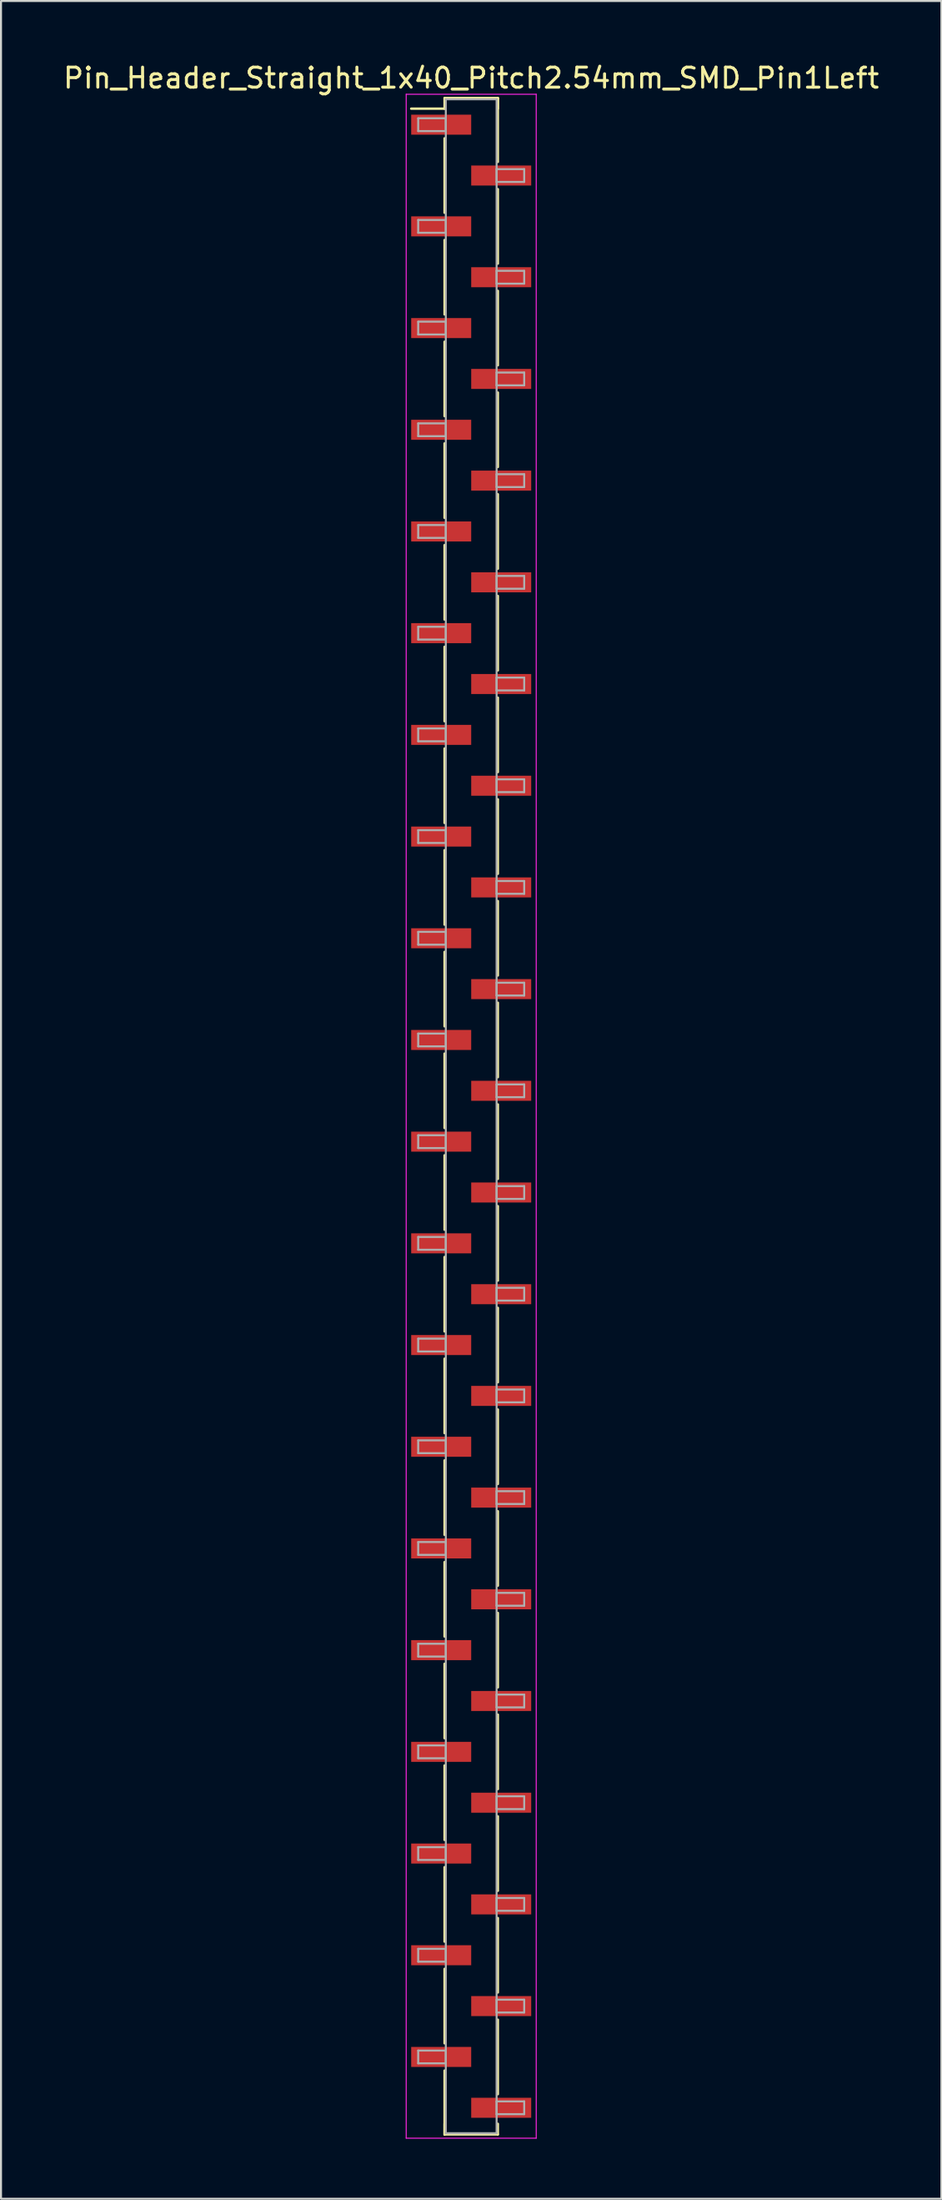
<source format=kicad_pcb>
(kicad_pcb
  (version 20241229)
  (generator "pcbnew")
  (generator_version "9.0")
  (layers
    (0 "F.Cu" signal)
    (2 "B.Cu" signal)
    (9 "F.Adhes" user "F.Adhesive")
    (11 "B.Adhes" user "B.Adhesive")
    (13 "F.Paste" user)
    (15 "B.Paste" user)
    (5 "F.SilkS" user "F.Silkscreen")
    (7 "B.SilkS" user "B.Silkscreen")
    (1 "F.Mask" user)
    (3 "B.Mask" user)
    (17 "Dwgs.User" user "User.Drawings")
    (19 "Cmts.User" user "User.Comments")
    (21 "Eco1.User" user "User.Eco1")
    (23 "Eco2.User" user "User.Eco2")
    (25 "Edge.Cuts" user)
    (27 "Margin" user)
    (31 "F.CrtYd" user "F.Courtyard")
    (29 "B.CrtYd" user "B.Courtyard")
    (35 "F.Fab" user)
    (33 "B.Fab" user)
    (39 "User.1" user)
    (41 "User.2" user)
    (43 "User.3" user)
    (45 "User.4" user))
  (footprint "Pin_Header_Straight_1x40_Pitch2.54mm_SMD_Pin1Left"
    (layer "F.Cu")
    (at 20.506 52.708)
    (property "Reference" "Pin_Header_Straight_1x40_Pitch2.54mm_SMD_Pin1Left" (at 0 -51.86 0) (layer "F.SilkS") (effects (font (size 1 1) (thickness 0.15))))
    (attr smd)
    (fp_line (start -1.33 -50.86) (end 1.33 -50.86) (stroke (width 0.12) (type solid)) (layer "F.SilkS"))
    (fp_line (start -1.33 -50.33) (end -3 -50.33) (stroke (width 0.12) (type solid)) (layer "F.SilkS"))
    (fp_line (start -1.33 -50.33) (end -1.33 -50.86) (stroke (width 0.12) (type solid)) (layer "F.SilkS"))
    (fp_line (start -1.33 -48.85) (end -1.33 -45.13) (stroke (width 0.12) (type solid)) (layer "F.SilkS"))
    (fp_line (start -1.33 -43.77) (end -1.33 -40.05) (stroke (width 0.12) (type solid)) (layer "F.SilkS"))
    (fp_line (start -1.33 -38.69) (end -1.33 -34.97) (stroke (width 0.12) (type solid)) (layer "F.SilkS"))
    (fp_line (start -1.33 -33.61) (end -1.33 -29.89) (stroke (width 0.12) (type solid)) (layer "F.SilkS"))
    (fp_line (start -1.33 -28.53) (end -1.33 -24.81) (stroke (width 0.12) (type solid)) (layer "F.SilkS"))
    (fp_line (start -1.33 -23.45) (end -1.33 -19.73) (stroke (width 0.12) (type solid)) (layer "F.SilkS"))
    (fp_line (start -1.33 -18.37) (end -1.33 -14.65) (stroke (width 0.12) (type solid)) (layer "F.SilkS"))
    (fp_line (start -1.33 -13.29) (end -1.33 -9.57) (stroke (width 0.12) (type solid)) (layer "F.SilkS"))
    (fp_line (start -1.33 -8.21) (end -1.33 -4.49) (stroke (width 0.12) (type solid)) (layer "F.SilkS"))
    (fp_line (start -1.33 -3.13) (end -1.33 0.59) (stroke (width 0.12) (type solid)) (layer "F.SilkS"))
    (fp_line (start -1.33 1.95) (end -1.33 5.67) (stroke (width 0.12) (type solid)) (layer "F.SilkS"))
    (fp_line (start -1.33 7.03) (end -1.33 10.75) (stroke (width 0.12) (type solid)) (layer "F.SilkS"))
    (fp_line (start -1.33 12.11) (end -1.33 15.83) (stroke (width 0.12) (type solid)) (layer "F.SilkS"))
    (fp_line (start -1.33 17.19) (end -1.33 20.91) (stroke (width 0.12) (type solid)) (layer "F.SilkS"))
    (fp_line (start -1.33 22.27) (end -1.33 25.99) (stroke (width 0.12) (type solid)) (layer "F.SilkS"))
    (fp_line (start -1.33 27.35) (end -1.33 31.07) (stroke (width 0.12) (type solid)) (layer "F.SilkS"))
    (fp_line (start -1.33 32.43) (end -1.33 36.15) (stroke (width 0.12) (type solid)) (layer "F.SilkS"))
    (fp_line (start -1.33 37.51) (end -1.33 41.23) (stroke (width 0.12) (type solid)) (layer "F.SilkS"))
    (fp_line (start -1.33 42.59) (end -1.33 46.31) (stroke (width 0.12) (type solid)) (layer "F.SilkS"))
    (fp_line (start -1.33 47.67) (end -1.33 50.86) (stroke (width 0.12) (type solid)) (layer "F.SilkS"))
    (fp_line (start -1.33 50.33) (end -1.33 50.86) (stroke (width 0.12) (type solid)) (layer "F.SilkS"))
    (fp_line (start -1.33 50.86) (end 1.33 50.86) (stroke (width 0.12) (type solid)) (layer "F.SilkS"))
    (fp_line (start 1.33 -50.86) (end 1.33 -50.33) (stroke (width 0.12) (type solid)) (layer "F.SilkS"))
    (fp_line (start 1.33 -50.86) (end 1.33 -47.67) (stroke (width 0.12) (type solid)) (layer "F.SilkS"))
    (fp_line (start 1.33 -46.31) (end 1.33 -42.59) (stroke (width 0.12) (type solid)) (layer "F.SilkS"))
    (fp_line (start 1.33 -41.23) (end 1.33 -37.51) (stroke (width 0.12) (type solid)) (layer "F.SilkS"))
    (fp_line (start 1.33 -36.15) (end 1.33 -32.43) (stroke (width 0.12) (type solid)) (layer "F.SilkS"))
    (fp_line (start 1.33 -31.07) (end 1.33 -27.35) (stroke (width 0.12) (type solid)) (layer "F.SilkS"))
    (fp_line (start 1.33 -25.99) (end 1.33 -22.27) (stroke (width 0.12) (type solid)) (layer "F.SilkS"))
    (fp_line (start 1.33 -20.91) (end 1.33 -17.19) (stroke (width 0.12) (type solid)) (layer "F.SilkS"))
    (fp_line (start 1.33 -15.83) (end 1.33 -12.11) (stroke (width 0.12) (type solid)) (layer "F.SilkS"))
    (fp_line (start 1.33 -10.75) (end 1.33 -7.03) (stroke (width 0.12) (type solid)) (layer "F.SilkS"))
    (fp_line (start 1.33 -5.67) (end 1.33 -1.95) (stroke (width 0.12) (type solid)) (layer "F.SilkS"))
    (fp_line (start 1.33 -0.59) (end 1.33 3.13) (stroke (width 0.12) (type solid)) (layer "F.SilkS"))
    (fp_line (start 1.33 4.49) (end 1.33 8.21) (stroke (width 0.12) (type solid)) (layer "F.SilkS"))
    (fp_line (start 1.33 9.57) (end 1.33 13.29) (stroke (width 0.12) (type solid)) (layer "F.SilkS"))
    (fp_line (start 1.33 14.65) (end 1.33 18.37) (stroke (width 0.12) (type solid)) (layer "F.SilkS"))
    (fp_line (start 1.33 19.73) (end 1.33 23.45) (stroke (width 0.12) (type solid)) (layer "F.SilkS"))
    (fp_line (start 1.33 24.81) (end 1.33 28.53) (stroke (width 0.12) (type solid)) (layer "F.SilkS"))
    (fp_line (start 1.33 29.89) (end 1.33 33.61) (stroke (width 0.12) (type solid)) (layer "F.SilkS"))
    (fp_line (start 1.33 34.97) (end 1.33 38.69) (stroke (width 0.12) (type solid)) (layer "F.SilkS"))
    (fp_line (start 1.33 40.05) (end 1.33 43.77) (stroke (width 0.12) (type solid)) (layer "F.SilkS"))
    (fp_line (start 1.33 45.13) (end 1.33 48.85) (stroke (width 0.12) (type solid)) (layer "F.SilkS"))
    (fp_line (start 1.33 50.86) (end 1.33 50.33) (stroke (width 0.12) (type solid)) (layer "F.SilkS"))
    (fp_line (start -3.25 -51.05) (end -3.25 51.05) (stroke (width 0.05) (type solid)) (layer "F.CrtYd"))
    (fp_line (start -3.25 51.05) (end 3.25 51.05) (stroke (width 0.05) (type solid)) (layer "F.CrtYd"))
    (fp_line (start 3.25 -51.05) (end -3.25 -51.05) (stroke (width 0.05) (type solid)) (layer "F.CrtYd"))
    (fp_line (start 3.25 51.05) (end 3.25 -51.05) (stroke (width 0.05) (type solid)) (layer "F.CrtYd"))
    (fp_line (start -2.65 -49.85) (end -1.27 -49.85) (stroke (width 0.1) (type solid)) (layer "F.Fab"))
    (fp_line (start -2.65 -49.21) (end -2.65 -49.85) (stroke (width 0.1) (type solid)) (layer "F.Fab"))
    (fp_line (start -2.65 -44.77) (end -1.27 -44.77) (stroke (width 0.1) (type solid)) (layer "F.Fab"))
    (fp_line (start -2.65 -44.13) (end -2.65 -44.77) (stroke (width 0.1) (type solid)) (layer "F.Fab"))
    (fp_line (start -2.65 -39.69) (end -1.27 -39.69) (stroke (width 0.1) (type solid)) (layer "F.Fab"))
    (fp_line (start -2.65 -39.05) (end -2.65 -39.69) (stroke (width 0.1) (type solid)) (layer "F.Fab"))
    (fp_line (start -2.65 -34.61) (end -1.27 -34.61) (stroke (width 0.1) (type solid)) (layer "F.Fab"))
    (fp_line (start -2.65 -33.97) (end -2.65 -34.61) (stroke (width 0.1) (type solid)) (layer "F.Fab"))
    (fp_line (start -2.65 -29.53) (end -1.27 -29.53) (stroke (width 0.1) (type solid)) (layer "F.Fab"))
    (fp_line (start -2.65 -28.89) (end -2.65 -29.53) (stroke (width 0.1) (type solid)) (layer "F.Fab"))
    (fp_line (start -2.65 -24.45) (end -1.27 -24.45) (stroke (width 0.1) (type solid)) (layer "F.Fab"))
    (fp_line (start -2.65 -23.81) (end -2.65 -24.45) (stroke (width 0.1) (type solid)) (layer "F.Fab"))
    (fp_line (start -2.65 -19.37) (end -1.27 -19.37) (stroke (width 0.1) (type solid)) (layer "F.Fab"))
    (fp_line (start -2.65 -18.73) (end -2.65 -19.37) (stroke (width 0.1) (type solid)) (layer "F.Fab"))
    (fp_line (start -2.65 -14.29) (end -1.27 -14.29) (stroke (width 0.1) (type solid)) (layer "F.Fab"))
    (fp_line (start -2.65 -13.65) (end -2.65 -14.29) (stroke (width 0.1) (type solid)) (layer "F.Fab"))
    (fp_line (start -2.65 -9.21) (end -1.27 -9.21) (stroke (width 0.1) (type solid)) (layer "F.Fab"))
    (fp_line (start -2.65 -8.57) (end -2.65 -9.21) (stroke (width 0.1) (type solid)) (layer "F.Fab"))
    (fp_line (start -2.65 -4.13) (end -1.27 -4.13) (stroke (width 0.1) (type solid)) (layer "F.Fab"))
    (fp_line (start -2.65 -3.49) (end -2.65 -4.13) (stroke (width 0.1) (type solid)) (layer "F.Fab"))
    (fp_line (start -2.65 0.95) (end -1.27 0.95) (stroke (width 0.1) (type solid)) (layer "F.Fab"))
    (fp_line (start -2.65 1.59) (end -2.65 0.95) (stroke (width 0.1) (type solid)) (layer "F.Fab"))
    (fp_line (start -2.65 6.03) (end -1.27 6.03) (stroke (width 0.1) (type solid)) (layer "F.Fab"))
    (fp_line (start -2.65 6.67) (end -2.65 6.03) (stroke (width 0.1) (type solid)) (layer "F.Fab"))
    (fp_line (start -2.65 11.11) (end -1.27 11.11) (stroke (width 0.1) (type solid)) (layer "F.Fab"))
    (fp_line (start -2.65 11.75) (end -2.65 11.11) (stroke (width 0.1) (type solid)) (layer "F.Fab"))
    (fp_line (start -2.65 16.19) (end -1.27 16.19) (stroke (width 0.1) (type solid)) (layer "F.Fab"))
    (fp_line (start -2.65 16.83) (end -2.65 16.19) (stroke (width 0.1) (type solid)) (layer "F.Fab"))
    (fp_line (start -2.65 21.27) (end -1.27 21.27) (stroke (width 0.1) (type solid)) (layer "F.Fab"))
    (fp_line (start -2.65 21.91) (end -2.65 21.27) (stroke (width 0.1) (type solid)) (layer "F.Fab"))
    (fp_line (start -2.65 26.35) (end -1.27 26.35) (stroke (width 0.1) (type solid)) (layer "F.Fab"))
    (fp_line (start -2.65 26.99) (end -2.65 26.35) (stroke (width 0.1) (type solid)) (layer "F.Fab"))
    (fp_line (start -2.65 31.43) (end -1.27 31.43) (stroke (width 0.1) (type solid)) (layer "F.Fab"))
    (fp_line (start -2.65 32.07) (end -2.65 31.43) (stroke (width 0.1) (type solid)) (layer "F.Fab"))
    (fp_line (start -2.65 36.51) (end -1.27 36.51) (stroke (width 0.1) (type solid)) (layer "F.Fab"))
    (fp_line (start -2.65 37.15) (end -2.65 36.51) (stroke (width 0.1) (type solid)) (layer "F.Fab"))
    (fp_line (start -2.65 41.59) (end -1.27 41.59) (stroke (width 0.1) (type solid)) (layer "F.Fab"))
    (fp_line (start -2.65 42.23) (end -2.65 41.59) (stroke (width 0.1) (type solid)) (layer "F.Fab"))
    (fp_line (start -2.65 46.67) (end -1.27 46.67) (stroke (width 0.1) (type solid)) (layer "F.Fab"))
    (fp_line (start -2.65 47.31) (end -2.65 46.67) (stroke (width 0.1) (type solid)) (layer "F.Fab"))
    (fp_line (start -1.27 -50.8) (end -1.27 50.8) (stroke (width 0.1) (type solid)) (layer "F.Fab"))
    (fp_line (start -1.27 -49.85) (end -1.27 -49.21) (stroke (width 0.1) (type solid)) (layer "F.Fab"))
    (fp_line (start -1.27 -49.21) (end -2.65 -49.21) (stroke (width 0.1) (type solid)) (layer "F.Fab"))
    (fp_line (start -1.27 -44.77) (end -1.27 -44.13) (stroke (width 0.1) (type solid)) (layer "F.Fab"))
    (fp_line (start -1.27 -44.13) (end -2.65 -44.13) (stroke (width 0.1) (type solid)) (layer "F.Fab"))
    (fp_line (start -1.27 -39.69) (end -1.27 -39.05) (stroke (width 0.1) (type solid)) (layer "F.Fab"))
    (fp_line (start -1.27 -39.05) (end -2.65 -39.05) (stroke (width 0.1) (type solid)) (layer "F.Fab"))
    (fp_line (start -1.27 -34.61) (end -1.27 -33.97) (stroke (width 0.1) (type solid)) (layer "F.Fab"))
    (fp_line (start -1.27 -33.97) (end -2.65 -33.97) (stroke (width 0.1) (type solid)) (layer "F.Fab"))
    (fp_line (start -1.27 -29.53) (end -1.27 -28.89) (stroke (width 0.1) (type solid)) (layer "F.Fab"))
    (fp_line (start -1.27 -28.89) (end -2.65 -28.89) (stroke (width 0.1) (type solid)) (layer "F.Fab"))
    (fp_line (start -1.27 -24.45) (end -1.27 -23.81) (stroke (width 0.1) (type solid)) (layer "F.Fab"))
    (fp_line (start -1.27 -23.81) (end -2.65 -23.81) (stroke (width 0.1) (type solid)) (layer "F.Fab"))
    (fp_line (start -1.27 -19.37) (end -1.27 -18.73) (stroke (width 0.1) (type solid)) (layer "F.Fab"))
    (fp_line (start -1.27 -18.73) (end -2.65 -18.73) (stroke (width 0.1) (type solid)) (layer "F.Fab"))
    (fp_line (start -1.27 -14.29) (end -1.27 -13.65) (stroke (width 0.1) (type solid)) (layer "F.Fab"))
    (fp_line (start -1.27 -13.65) (end -2.65 -13.65) (stroke (width 0.1) (type solid)) (layer "F.Fab"))
    (fp_line (start -1.27 -9.21) (end -1.27 -8.57) (stroke (width 0.1) (type solid)) (layer "F.Fab"))
    (fp_line (start -1.27 -8.57) (end -2.65 -8.57) (stroke (width 0.1) (type solid)) (layer "F.Fab"))
    (fp_line (start -1.27 -4.13) (end -1.27 -3.49) (stroke (width 0.1) (type solid)) (layer "F.Fab"))
    (fp_line (start -1.27 -3.49) (end -2.65 -3.49) (stroke (width 0.1) (type solid)) (layer "F.Fab"))
    (fp_line (start -1.27 0.95) (end -1.27 1.59) (stroke (width 0.1) (type solid)) (layer "F.Fab"))
    (fp_line (start -1.27 1.59) (end -2.65 1.59) (stroke (width 0.1) (type solid)) (layer "F.Fab"))
    (fp_line (start -1.27 6.03) (end -1.27 6.67) (stroke (width 0.1) (type solid)) (layer "F.Fab"))
    (fp_line (start -1.27 6.67) (end -2.65 6.67) (stroke (width 0.1) (type solid)) (layer "F.Fab"))
    (fp_line (start -1.27 11.11) (end -1.27 11.75) (stroke (width 0.1) (type solid)) (layer "F.Fab"))
    (fp_line (start -1.27 11.75) (end -2.65 11.75) (stroke (width 0.1) (type solid)) (layer "F.Fab"))
    (fp_line (start -1.27 16.19) (end -1.27 16.83) (stroke (width 0.1) (type solid)) (layer "F.Fab"))
    (fp_line (start -1.27 16.83) (end -2.65 16.83) (stroke (width 0.1) (type solid)) (layer "F.Fab"))
    (fp_line (start -1.27 21.27) (end -1.27 21.91) (stroke (width 0.1) (type solid)) (layer "F.Fab"))
    (fp_line (start -1.27 21.91) (end -2.65 21.91) (stroke (width 0.1) (type solid)) (layer "F.Fab"))
    (fp_line (start -1.27 26.35) (end -1.27 26.99) (stroke (width 0.1) (type solid)) (layer "F.Fab"))
    (fp_line (start -1.27 26.99) (end -2.65 26.99) (stroke (width 0.1) (type solid)) (layer "F.Fab"))
    (fp_line (start -1.27 31.43) (end -1.27 32.07) (stroke (width 0.1) (type solid)) (layer "F.Fab"))
    (fp_line (start -1.27 32.07) (end -2.65 32.07) (stroke (width 0.1) (type solid)) (layer "F.Fab"))
    (fp_line (start -1.27 36.51) (end -1.27 37.15) (stroke (width 0.1) (type solid)) (layer "F.Fab"))
    (fp_line (start -1.27 37.15) (end -2.65 37.15) (stroke (width 0.1) (type solid)) (layer "F.Fab"))
    (fp_line (start -1.27 41.59) (end -1.27 42.23) (stroke (width 0.1) (type solid)) (layer "F.Fab"))
    (fp_line (start -1.27 42.23) (end -2.65 42.23) (stroke (width 0.1) (type solid)) (layer "F.Fab"))
    (fp_line (start -1.27 46.67) (end -1.27 47.31) (stroke (width 0.1) (type solid)) (layer "F.Fab"))
    (fp_line (start -1.27 47.31) (end -2.65 47.31) (stroke (width 0.1) (type solid)) (layer "F.Fab"))
    (fp_line (start -1.27 50.8) (end 1.27 50.8) (stroke (width 0.1) (type solid)) (layer "F.Fab"))
    (fp_line (start 1.27 -50.8) (end -1.27 -50.8) (stroke (width 0.1) (type solid)) (layer "F.Fab"))
    (fp_line (start 1.27 -47.31) (end 1.27 -46.67) (stroke (width 0.1) (type solid)) (layer "F.Fab"))
    (fp_line (start 1.27 -46.67) (end 2.65 -46.67) (stroke (width 0.1) (type solid)) (layer "F.Fab"))
    (fp_line (start 1.27 -42.23) (end 1.27 -41.59) (stroke (width 0.1) (type solid)) (layer "F.Fab"))
    (fp_line (start 1.27 -41.59) (end 2.65 -41.59) (stroke (width 0.1) (type solid)) (layer "F.Fab"))
    (fp_line (start 1.27 -37.15) (end 1.27 -36.51) (stroke (width 0.1) (type solid)) (layer "F.Fab"))
    (fp_line (start 1.27 -36.51) (end 2.65 -36.51) (stroke (width 0.1) (type solid)) (layer "F.Fab"))
    (fp_line (start 1.27 -32.07) (end 1.27 -31.43) (stroke (width 0.1) (type solid)) (layer "F.Fab"))
    (fp_line (start 1.27 -31.43) (end 2.65 -31.43) (stroke (width 0.1) (type solid)) (layer "F.Fab"))
    (fp_line (start 1.27 -26.99) (end 1.27 -26.35) (stroke (width 0.1) (type solid)) (layer "F.Fab"))
    (fp_line (start 1.27 -26.35) (end 2.65 -26.35) (stroke (width 0.1) (type solid)) (layer "F.Fab"))
    (fp_line (start 1.27 -21.91) (end 1.27 -21.27) (stroke (width 0.1) (type solid)) (layer "F.Fab"))
    (fp_line (start 1.27 -21.27) (end 2.65 -21.27) (stroke (width 0.1) (type solid)) (layer "F.Fab"))
    (fp_line (start 1.27 -16.83) (end 1.27 -16.19) (stroke (width 0.1) (type solid)) (layer "F.Fab"))
    (fp_line (start 1.27 -16.19) (end 2.65 -16.19) (stroke (width 0.1) (type solid)) (layer "F.Fab"))
    (fp_line (start 1.27 -11.75) (end 1.27 -11.11) (stroke (width 0.1) (type solid)) (layer "F.Fab"))
    (fp_line (start 1.27 -11.11) (end 2.65 -11.11) (stroke (width 0.1) (type solid)) (layer "F.Fab"))
    (fp_line (start 1.27 -6.67) (end 1.27 -6.03) (stroke (width 0.1) (type solid)) (layer "F.Fab"))
    (fp_line (start 1.27 -6.03) (end 2.65 -6.03) (stroke (width 0.1) (type solid)) (layer "F.Fab"))
    (fp_line (start 1.27 -1.59) (end 1.27 -0.95) (stroke (width 0.1) (type solid)) (layer "F.Fab"))
    (fp_line (start 1.27 -0.95) (end 2.65 -0.95) (stroke (width 0.1) (type solid)) (layer "F.Fab"))
    (fp_line (start 1.27 3.49) (end 1.27 4.13) (stroke (width 0.1) (type solid)) (layer "F.Fab"))
    (fp_line (start 1.27 4.13) (end 2.65 4.13) (stroke (width 0.1) (type solid)) (layer "F.Fab"))
    (fp_line (start 1.27 8.57) (end 1.27 9.21) (stroke (width 0.1) (type solid)) (layer "F.Fab"))
    (fp_line (start 1.27 9.21) (end 2.65 9.21) (stroke (width 0.1) (type solid)) (layer "F.Fab"))
    (fp_line (start 1.27 13.65) (end 1.27 14.29) (stroke (width 0.1) (type solid)) (layer "F.Fab"))
    (fp_line (start 1.27 14.29) (end 2.65 14.29) (stroke (width 0.1) (type solid)) (layer "F.Fab"))
    (fp_line (start 1.27 18.73) (end 1.27 19.37) (stroke (width 0.1) (type solid)) (layer "F.Fab"))
    (fp_line (start 1.27 19.37) (end 2.65 19.37) (stroke (width 0.1) (type solid)) (layer "F.Fab"))
    (fp_line (start 1.27 23.81) (end 1.27 24.45) (stroke (width 0.1) (type solid)) (layer "F.Fab"))
    (fp_line (start 1.27 24.45) (end 2.65 24.45) (stroke (width 0.1) (type solid)) (layer "F.Fab"))
    (fp_line (start 1.27 28.89) (end 1.27 29.53) (stroke (width 0.1) (type solid)) (layer "F.Fab"))
    (fp_line (start 1.27 29.53) (end 2.65 29.53) (stroke (width 0.1) (type solid)) (layer "F.Fab"))
    (fp_line (start 1.27 33.97) (end 1.27 34.61) (stroke (width 0.1) (type solid)) (layer "F.Fab"))
    (fp_line (start 1.27 34.61) (end 2.65 34.61) (stroke (width 0.1) (type solid)) (layer "F.Fab"))
    (fp_line (start 1.27 39.05) (end 1.27 39.69) (stroke (width 0.1) (type solid)) (layer "F.Fab"))
    (fp_line (start 1.27 39.69) (end 2.65 39.69) (stroke (width 0.1) (type solid)) (layer "F.Fab"))
    (fp_line (start 1.27 44.13) (end 1.27 44.77) (stroke (width 0.1) (type solid)) (layer "F.Fab"))
    (fp_line (start 1.27 44.77) (end 2.65 44.77) (stroke (width 0.1) (type solid)) (layer "F.Fab"))
    (fp_line (start 1.27 49.21) (end 1.27 49.85) (stroke (width 0.1) (type solid)) (layer "F.Fab"))
    (fp_line (start 1.27 49.85) (end 2.65 49.85) (stroke (width 0.1) (type solid)) (layer "F.Fab"))
    (fp_line (start 1.27 50.8) (end 1.27 -50.8) (stroke (width 0.1) (type solid)) (layer "F.Fab"))
    (fp_line (start 2.65 -47.31) (end 1.27 -47.31) (stroke (width 0.1) (type solid)) (layer "F.Fab"))
    (fp_line (start 2.65 -46.67) (end 2.65 -47.31) (stroke (width 0.1) (type solid)) (layer "F.Fab"))
    (fp_line (start 2.65 -42.23) (end 1.27 -42.23) (stroke (width 0.1) (type solid)) (layer "F.Fab"))
    (fp_line (start 2.65 -41.59) (end 2.65 -42.23) (stroke (width 0.1) (type solid)) (layer "F.Fab"))
    (fp_line (start 2.65 -37.15) (end 1.27 -37.15) (stroke (width 0.1) (type solid)) (layer "F.Fab"))
    (fp_line (start 2.65 -36.51) (end 2.65 -37.15) (stroke (width 0.1) (type solid)) (layer "F.Fab"))
    (fp_line (start 2.65 -32.07) (end 1.27 -32.07) (stroke (width 0.1) (type solid)) (layer "F.Fab"))
    (fp_line (start 2.65 -31.43) (end 2.65 -32.07) (stroke (width 0.1) (type solid)) (layer "F.Fab"))
    (fp_line (start 2.65 -26.99) (end 1.27 -26.99) (stroke (width 0.1) (type solid)) (layer "F.Fab"))
    (fp_line (start 2.65 -26.35) (end 2.65 -26.99) (stroke (width 0.1) (type solid)) (layer "F.Fab"))
    (fp_line (start 2.65 -21.91) (end 1.27 -21.91) (stroke (width 0.1) (type solid)) (layer "F.Fab"))
    (fp_line (start 2.65 -21.27) (end 2.65 -21.91) (stroke (width 0.1) (type solid)) (layer "F.Fab"))
    (fp_line (start 2.65 -16.83) (end 1.27 -16.83) (stroke (width 0.1) (type solid)) (layer "F.Fab"))
    (fp_line (start 2.65 -16.19) (end 2.65 -16.83) (stroke (width 0.1) (type solid)) (layer "F.Fab"))
    (fp_line (start 2.65 -11.75) (end 1.27 -11.75) (stroke (width 0.1) (type solid)) (layer "F.Fab"))
    (fp_line (start 2.65 -11.11) (end 2.65 -11.75) (stroke (width 0.1) (type solid)) (layer "F.Fab"))
    (fp_line (start 2.65 -6.67) (end 1.27 -6.67) (stroke (width 0.1) (type solid)) (layer "F.Fab"))
    (fp_line (start 2.65 -6.03) (end 2.65 -6.67) (stroke (width 0.1) (type solid)) (layer "F.Fab"))
    (fp_line (start 2.65 -1.59) (end 1.27 -1.59) (stroke (width 0.1) (type solid)) (layer "F.Fab"))
    (fp_line (start 2.65 -0.95) (end 2.65 -1.59) (stroke (width 0.1) (type solid)) (layer "F.Fab"))
    (fp_line (start 2.65 3.49) (end 1.27 3.49) (stroke (width 0.1) (type solid)) (layer "F.Fab"))
    (fp_line (start 2.65 4.13) (end 2.65 3.49) (stroke (width 0.1) (type solid)) (layer "F.Fab"))
    (fp_line (start 2.65 8.57) (end 1.27 8.57) (stroke (width 0.1) (type solid)) (layer "F.Fab"))
    (fp_line (start 2.65 9.21) (end 2.65 8.57) (stroke (width 0.1) (type solid)) (layer "F.Fab"))
    (fp_line (start 2.65 13.65) (end 1.27 13.65) (stroke (width 0.1) (type solid)) (layer "F.Fab"))
    (fp_line (start 2.65 14.29) (end 2.65 13.65) (stroke (width 0.1) (type solid)) (layer "F.Fab"))
    (fp_line (start 2.65 18.73) (end 1.27 18.73) (stroke (width 0.1) (type solid)) (layer "F.Fab"))
    (fp_line (start 2.65 19.37) (end 2.65 18.73) (stroke (width 0.1) (type solid)) (layer "F.Fab"))
    (fp_line (start 2.65 23.81) (end 1.27 23.81) (stroke (width 0.1) (type solid)) (layer "F.Fab"))
    (fp_line (start 2.65 24.45) (end 2.65 23.81) (stroke (width 0.1) (type solid)) (layer "F.Fab"))
    (fp_line (start 2.65 28.89) (end 1.27 28.89) (stroke (width 0.1) (type solid)) (layer "F.Fab"))
    (fp_line (start 2.65 29.53) (end 2.65 28.89) (stroke (width 0.1) (type solid)) (layer "F.Fab"))
    (fp_line (start 2.65 33.97) (end 1.27 33.97) (stroke (width 0.1) (type solid)) (layer "F.Fab"))
    (fp_line (start 2.65 34.61) (end 2.65 33.97) (stroke (width 0.1) (type solid)) (layer "F.Fab"))
    (fp_line (start 2.65 39.05) (end 1.27 39.05) (stroke (width 0.1) (type solid)) (layer "F.Fab"))
    (fp_line (start 2.65 39.69) (end 2.65 39.05) (stroke (width 0.1) (type solid)) (layer "F.Fab"))
    (fp_line (start 2.65 44.13) (end 1.27 44.13) (stroke (width 0.1) (type solid)) (layer "F.Fab"))
    (fp_line (start 2.65 44.77) (end 2.65 44.13) (stroke (width 0.1) (type solid)) (layer "F.Fab"))
    (fp_line (start 2.65 49.21) (end 1.27 49.21) (stroke (width 0.1) (type solid)) (layer "F.Fab"))
    (fp_line (start 2.65 49.85) (end 2.65 49.21) (stroke (width 0.1) (type solid)) (layer "F.Fab"))
    (pad "1" smd rect (at -1.5 -49.53) (size 3 1) (layers "F.Cu" "F.Mask"))
    (pad "2" smd rect (at 1.5 -46.99) (size 3 1) (layers "F.Cu" "F.Mask"))
    (pad "3" smd rect (at -1.5 -44.45) (size 3 1) (layers "F.Cu" "F.Mask"))
    (pad "4" smd rect (at 1.5 -41.91) (size 3 1) (layers "F.Cu" "F.Mask"))
    (pad "5" smd rect (at -1.5 -39.37) (size 3 1) (layers "F.Cu" "F.Mask"))
    (pad "6" smd rect (at 1.5 -36.83) (size 3 1) (layers "F.Cu" "F.Mask"))
    (pad "7" smd rect (at -1.5 -34.29) (size 3 1) (layers "F.Cu" "F.Mask"))
    (pad "8" smd rect (at 1.5 -31.75) (size 3 1) (layers "F.Cu" "F.Mask"))
    (pad "9" smd rect (at -1.5 -29.21) (size 3 1) (layers "F.Cu" "F.Mask"))
    (pad "10" smd rect (at 1.5 -26.67) (size 3 1) (layers "F.Cu" "F.Mask"))
    (pad "11" smd rect (at -1.5 -24.13) (size 3 1) (layers "F.Cu" "F.Mask"))
    (pad "12" smd rect (at 1.5 -21.59) (size 3 1) (layers "F.Cu" "F.Mask"))
    (pad "13" smd rect (at -1.5 -19.05) (size 3 1) (layers "F.Cu" "F.Mask"))
    (pad "14" smd rect (at 1.5 -16.51) (size 3 1) (layers "F.Cu" "F.Mask"))
    (pad "15" smd rect (at -1.5 -13.97) (size 3 1) (layers "F.Cu" "F.Mask"))
    (pad "16" smd rect (at 1.5 -11.43) (size 3 1) (layers "F.Cu" "F.Mask"))
    (pad "17" smd rect (at -1.5 -8.89) (size 3 1) (layers "F.Cu" "F.Mask"))
    (pad "18" smd rect (at 1.5 -6.35) (size 3 1) (layers "F.Cu" "F.Mask"))
    (pad "19" smd rect (at -1.5 -3.81) (size 3 1) (layers "F.Cu" "F.Mask"))
    (pad "20" smd rect (at 1.5 -1.27) (size 3 1) (layers "F.Cu" "F.Mask"))
    (pad "21" smd rect (at -1.5 1.27) (size 3 1) (layers "F.Cu" "F.Mask"))
    (pad "22" smd rect (at 1.5 3.81) (size 3 1) (layers "F.Cu" "F.Mask"))
    (pad "23" smd rect (at -1.5 6.35) (size 3 1) (layers "F.Cu" "F.Mask"))
    (pad "24" smd rect (at 1.5 8.89) (size 3 1) (layers "F.Cu" "F.Mask"))
    (pad "25" smd rect (at -1.5 11.43) (size 3 1) (layers "F.Cu" "F.Mask"))
    (pad "26" smd rect (at 1.5 13.97) (size 3 1) (layers "F.Cu" "F.Mask"))
    (pad "27" smd rect (at -1.5 16.51) (size 3 1) (layers "F.Cu" "F.Mask"))
    (pad "28" smd rect (at 1.5 19.05) (size 3 1) (layers "F.Cu" "F.Mask"))
    (pad "29" smd rect (at -1.5 21.59) (size 3 1) (layers "F.Cu" "F.Mask"))
    (pad "30" smd rect (at 1.5 24.13) (size 3 1) (layers "F.Cu" "F.Mask"))
    (pad "31" smd rect (at -1.5 26.67) (size 3 1) (layers "F.Cu" "F.Mask"))
    (pad "32" smd rect (at 1.5 29.21) (size 3 1) (layers "F.Cu" "F.Mask"))
    (pad "33" smd rect (at -1.5 31.75) (size 3 1) (layers "F.Cu" "F.Mask"))
    (pad "34" smd rect (at 1.5 34.29) (size 3 1) (layers "F.Cu" "F.Mask"))
    (pad "35" smd rect (at -1.5 36.83) (size 3 1) (layers "F.Cu" "F.Mask"))
    (pad "36" smd rect (at 1.5 39.37) (size 3 1) (layers "F.Cu" "F.Mask"))
    (pad "37" smd rect (at -1.5 41.91) (size 3 1) (layers "F.Cu" "F.Mask"))
    (pad "38" smd rect (at 1.5 44.45) (size 3 1) (layers "F.Cu" "F.Mask"))
    (pad "39" smd rect (at -1.5 46.99) (size 3 1) (layers "F.Cu" "F.Mask"))
    (pad "40" smd rect (at 1.5 49.53) (size 3 1) (layers "F.Cu" "F.Mask")))
  (gr_rect
    (start -3 -3)
    (end 44.012 106.783)
    (stroke (width 0.1) (type default))
    (fill no)
    (layer "Edge.Cuts")))
</source>
